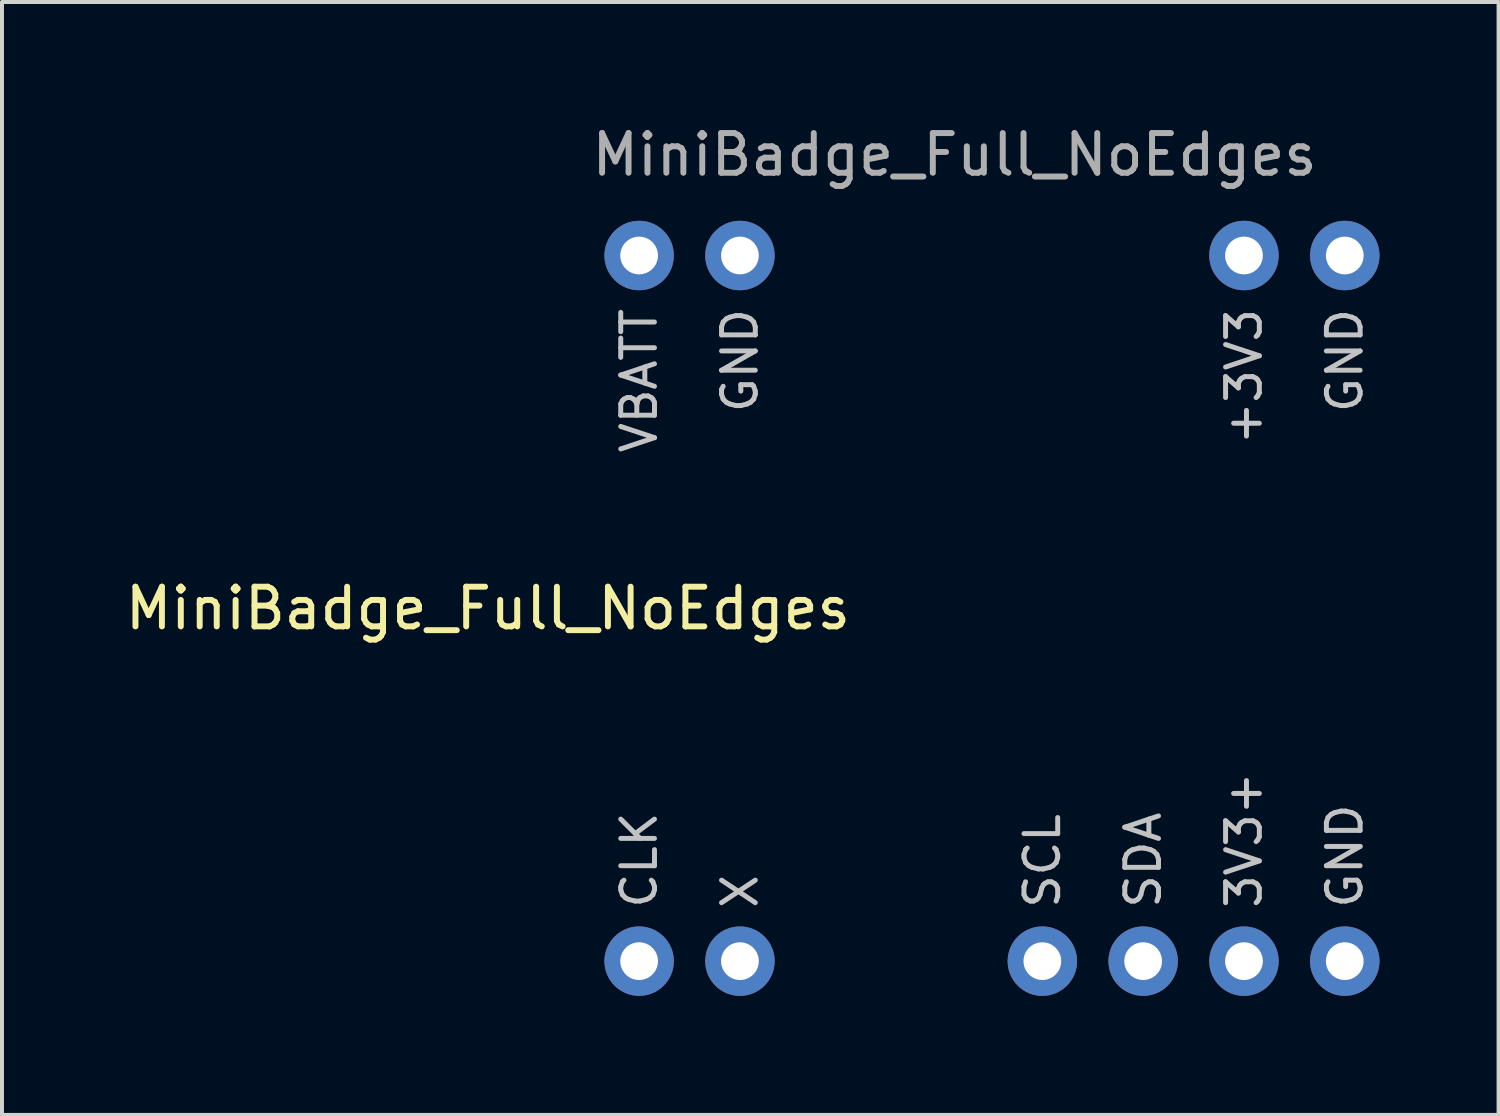
<source format=kicad_pcb>
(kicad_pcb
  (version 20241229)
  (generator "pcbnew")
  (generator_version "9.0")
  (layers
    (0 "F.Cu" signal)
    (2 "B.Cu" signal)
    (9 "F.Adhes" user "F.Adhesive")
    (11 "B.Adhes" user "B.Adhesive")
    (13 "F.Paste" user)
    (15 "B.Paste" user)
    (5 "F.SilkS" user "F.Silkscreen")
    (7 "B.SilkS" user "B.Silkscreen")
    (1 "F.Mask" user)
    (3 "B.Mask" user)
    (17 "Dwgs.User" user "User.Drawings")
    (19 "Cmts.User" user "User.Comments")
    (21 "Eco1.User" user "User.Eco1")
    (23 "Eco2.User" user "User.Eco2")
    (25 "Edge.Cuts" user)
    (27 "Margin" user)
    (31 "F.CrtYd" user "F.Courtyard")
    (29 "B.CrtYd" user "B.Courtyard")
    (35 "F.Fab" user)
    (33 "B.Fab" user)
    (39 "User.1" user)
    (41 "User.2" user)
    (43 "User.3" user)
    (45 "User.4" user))
  (footprint "MiniBadge_Full_NoEdges"
    (layer "F.Cu")
    (at 11.784 2.118)
    (property "Reference" "MiniBadge_Full_NoEdges" (at -2.54 10.16 0) (unlocked yes) (layer "F.SilkS") (effects (font (size 1 1) (thickness 0.15))))
    (attr through_hole)
    (fp_text user "+3V3" (at 16.51 2.54 90) (unlocked yes) (layer "Dwgs.User") (effects (font (size 0.85 0.85) (thickness 0.125)) (justify right)))
    (fp_text user "VBATT" (at 1.27 2.54 90) (unlocked yes) (layer "Dwgs.User") (effects (font (size 0.85 0.85) (thickness 0.125)) (justify right)))
    (fp_text user "X" (at 3.81 17.78 90) (unlocked yes) (layer "Dwgs.User") (effects (font (size 0.85 0.85) (thickness 0.125)) (justify left)))
    (fp_text user "GND" (at 3.81 2.54 90) (unlocked yes) (layer "Dwgs.User") (effects (font (size 0.85 0.85) (thickness 0.125)) (justify right)))
    (fp_text user "GND" (at 19.05 17.78 90) (unlocked yes) (layer "Dwgs.User") (effects (font (size 0.85 0.85) (thickness 0.125)) (justify left)))
    (fp_text user "SDA" (at 13.97 17.78 90) (unlocked yes) (layer "Dwgs.User") (effects (font (size 0.85 0.85) (thickness 0.125)) (justify left)))
    (fp_text user "CLK" (at 1.27 17.78 90) (unlocked yes) (layer "Dwgs.User") (effects (font (size 0.85 0.85) (thickness 0.125)) (justify left)))
    (fp_text user "GND" (at 19.05 2.54 90) (unlocked yes) (layer "Dwgs.User") (effects (font (size 0.85 0.85) (thickness 0.125)) (justify right)))
    (fp_text user "3V3+" (at 16.51 17.78 90) (unlocked yes) (layer "Dwgs.User") (effects (font (size 0.85 0.85) (thickness 0.125)) (justify left)))
    (fp_text user "SCL" (at 11.43 17.78 90) (unlocked yes) (layer "Dwgs.User") (effects (font (size 0.85 0.85) (thickness 0.125)) (justify left)))
    (fp_text user "${REFERENCE}" (at 0 -1.27 0) (unlocked yes) (layer "F.Fab") (effects (font (size 1 1) (thickness 0.15)) (justify left)))
    (pad "1" thru_hole circle (at 1.27 1.27) (size 1.75 1.75) (drill 0.95) (layers "*.Cu" "*.Mask"))
    (pad "2" thru_hole circle (at 3.81 1.27) (size 1.75 1.75) (drill 0.95) (layers "*.Cu" "*.Mask"))
    (pad "7" thru_hole circle (at 16.51 1.27) (size 1.75 1.75) (drill 0.95) (layers "*.Cu" "*.Mask"))
    (pad "8" thru_hole circle (at 19.05 1.27) (size 1.75 1.75) (drill 0.95) (layers "*.Cu" "*.Mask"))
    (pad "9" thru_hole circle (at 1.27 19.05) (size 1.75 1.75) (drill 0.95) (layers "*.Cu" "*.Mask"))
    (pad "10" thru_hole circle (at 3.81 19.05) (size 1.75 1.75) (drill 0.95) (layers "*.Cu" "*.Mask"))
    (pad "13" thru_hole circle (at 11.43 19.05) (size 1.75 1.75) (drill 0.95) (layers "*.Cu" "*.Mask"))
    (pad "14" thru_hole circle (at 13.97 19.05) (size 1.75 1.75) (drill 0.95) (layers "*.Cu" "*.Mask"))
    (pad "15" thru_hole circle (at 16.51 19.05) (size 1.75 1.75) (drill 0.95) (layers "*.Cu" "*.Mask"))
    (pad "16" thru_hole circle (at 19.05 19.05) (size 1.75 1.75) (drill 0.95) (layers "*.Cu" "*.Mask")))
  (gr_rect
    (start -3 -3)
    (end 34.709 25.043)
    (stroke (width 0.1) (type default))
    (fill no)
    (layer "Edge.Cuts")))
</source>
